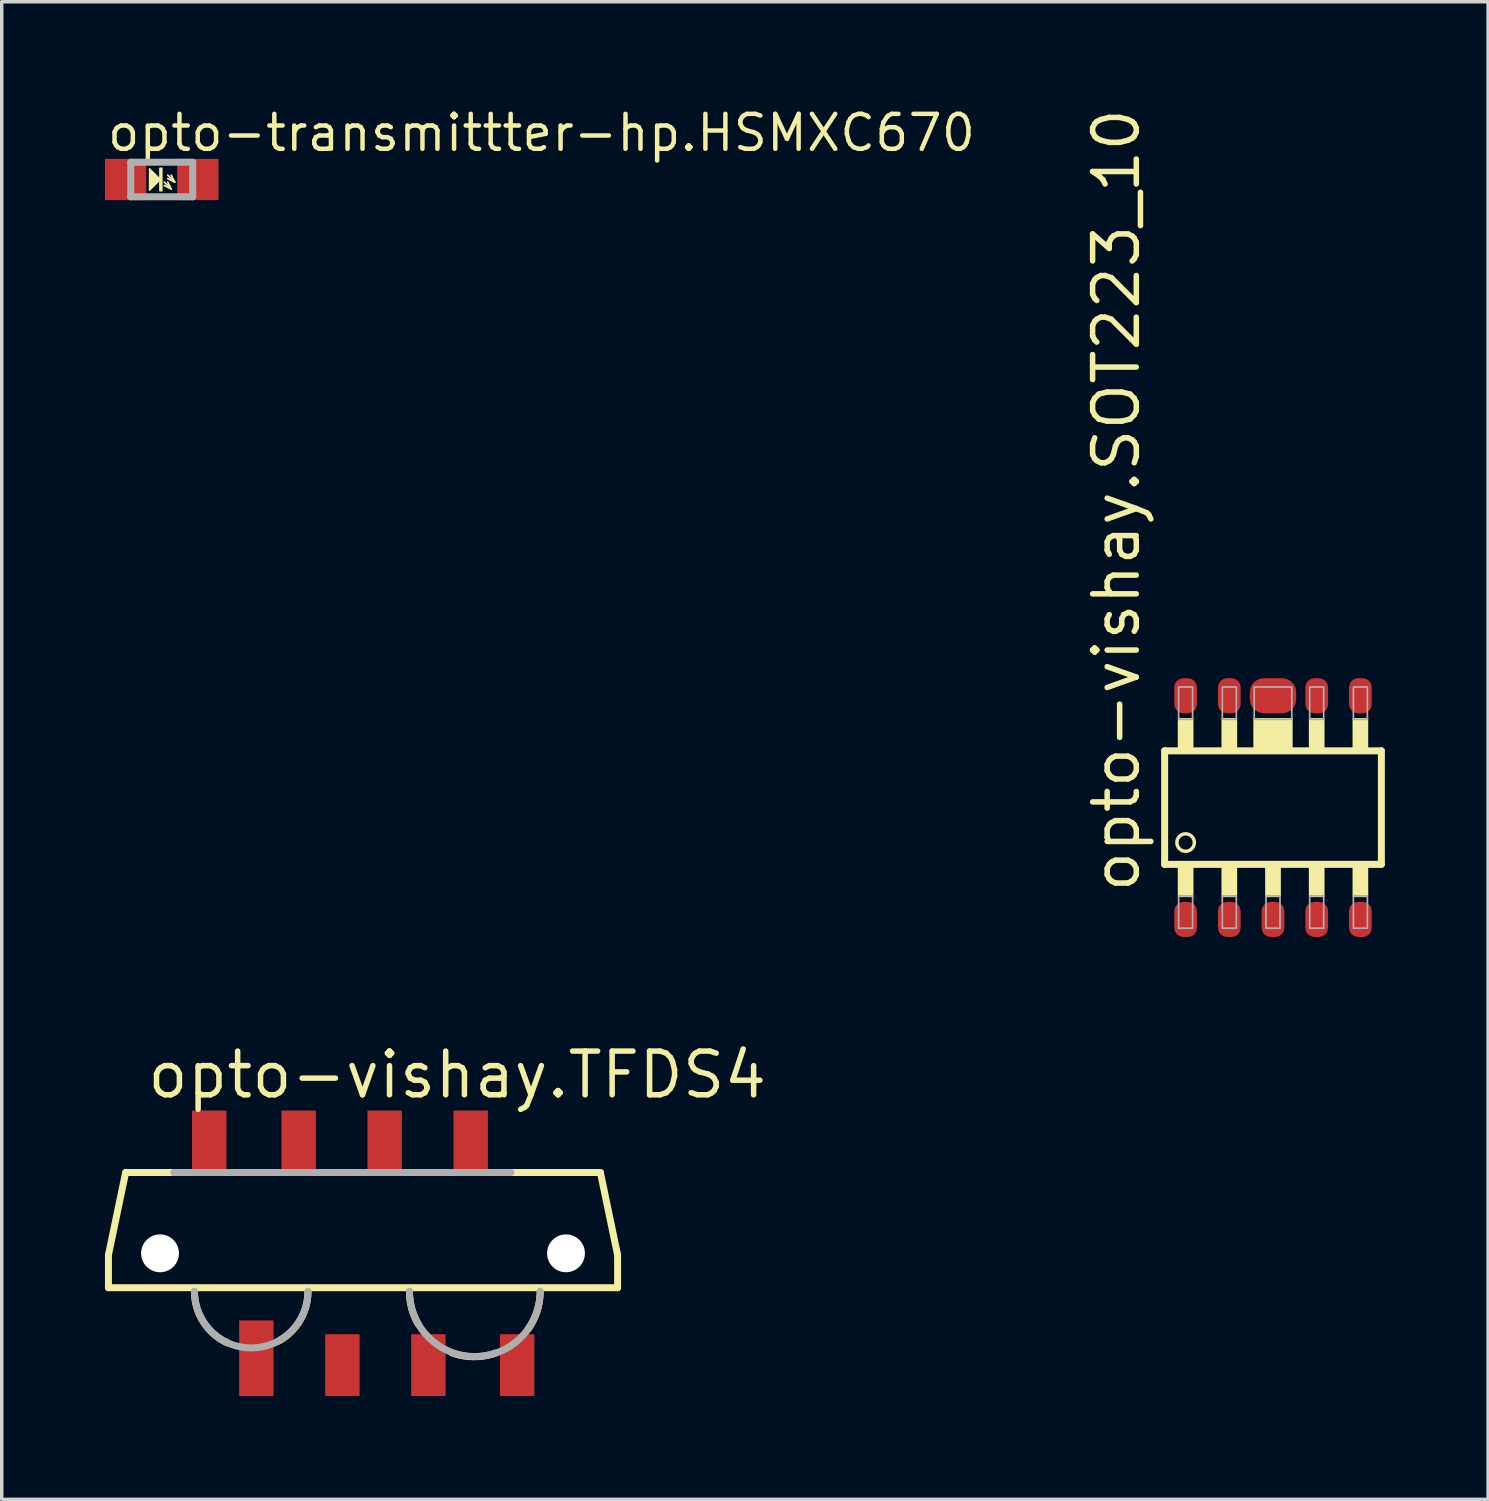
<source format=kicad_pcb>
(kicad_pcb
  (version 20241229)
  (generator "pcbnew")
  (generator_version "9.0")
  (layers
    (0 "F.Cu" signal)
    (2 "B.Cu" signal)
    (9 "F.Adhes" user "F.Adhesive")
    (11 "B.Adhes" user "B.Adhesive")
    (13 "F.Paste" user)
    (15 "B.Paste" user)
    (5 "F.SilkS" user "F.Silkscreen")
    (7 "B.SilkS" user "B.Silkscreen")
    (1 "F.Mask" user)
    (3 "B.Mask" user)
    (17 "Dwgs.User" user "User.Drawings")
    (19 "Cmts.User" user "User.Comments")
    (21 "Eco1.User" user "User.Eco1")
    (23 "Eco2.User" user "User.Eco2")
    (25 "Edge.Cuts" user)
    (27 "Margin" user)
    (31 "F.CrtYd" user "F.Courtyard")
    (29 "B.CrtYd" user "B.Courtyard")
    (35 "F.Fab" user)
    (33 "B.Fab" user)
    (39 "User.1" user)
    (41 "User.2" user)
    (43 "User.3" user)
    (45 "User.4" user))
  (footprint "opto-vishay.TFDS4"
    (layer "F.Cu")
    (at 7.502 33.381)
    (property "Reference" "opto-vishay.TFDS4" (at -6.35 -4.445 0) (layer "F.SilkS") (effects (font (size 1.27 1.27) (thickness 0.16)) (justify left bottom)))
    (attr smd)
    (fp_line (start -7.4 0.05) (end -6.9 -2.35) (stroke (width 0.203) (type default)) (layer "F.SilkS"))
    (fp_line (start -7.4 1) (end -7.4 0.05) (stroke (width 0.203) (type default)) (layer "F.SilkS"))
    (fp_line (start -6.9 -2.35) (end -5.5 -2.35) (stroke (width 0.203) (type default)) (layer "F.SilkS"))
    (fp_line (start 4.3 -2.35) (end 6.9 -2.35) (stroke (width 0.203) (type default)) (layer "F.SilkS"))
    (fp_line (start 6.9 -2.35) (end 7.4 0.05) (stroke (width 0.203) (type default)) (layer "F.SilkS"))
    (fp_line (start 7.4 0.05) (end 7.4 1) (stroke (width 0.203) (type default)) (layer "F.SilkS"))
    (fp_line (start 7.4 1) (end -7.4 1) (stroke (width 0.203) (type default)) (layer "F.SilkS"))
    (fp_arc (start -3.95 2.6) (mid -4.64396 1.988675) (end -4.9 1.1) (stroke (width 0.2032) (type default)) (layer "F.SilkS"))
    (fp_arc (start -1.6 1.1) (mid -1.826536 1.941341) (end -2.45 2.55) (stroke (width 0.2032) (type default)) (layer "F.SilkS"))
    (fp_arc (start 1.6 2.05) (mid 1.412543 1.591436) (end 1.35 1.1) (stroke (width 0.2032) (type default)) (layer "F.SilkS"))
    (fp_arc (start 3.85 2.9) (mid 3.225 3.006821) (end 2.6 2.9) (stroke (width 0.2032) (type default)) (layer "F.SilkS"))
    (fp_arc (start 5.15 1.1) (mid 5.060559 1.677223) (end 4.8 2.2) (stroke (width 0.2032) (type default)) (layer "F.SilkS"))
    (fp_line (start -5.5 -2.35) (end 4.3 -2.35) (stroke (width 0.203) (type default)) (layer "F.Fab"))
    (fp_arc (start -1.6 1.1) (mid -3.25 2.75) (end -4.9 1.1) (stroke (width 0.2032) (type default)) (layer "F.Fab"))
    (fp_arc (start 5.15 1.1) (mid 3.25 3) (end 1.35 1.1) (stroke (width 0.2032) (type default)) (layer "F.Fab"))
    (pad "" np_thru_hole circle (at -5.9 0) (size 1.1 1.1) (drill 1.1) (layers "*.Cu" "*.Mask"))
    (pad "" np_thru_hole circle (at 5.9 0) (size 1.1 1.1) (drill 1.1) (layers "*.Cu" "*.Mask"))
    (pad "1" smd roundrect (at -3.1 3.05) (size 1 2.2) (layers "F.Cu" "F.Mask" "F.Paste") (roundrect_rratio 0.01))
    (pad "2" smd roundrect (at -0.6 3.25) (size 1 1.8) (layers "F.Cu" "F.Mask" "F.Paste") (roundrect_rratio 0.01))
    (pad "3" smd roundrect (at 1.9 3.25) (size 1 1.8) (layers "F.Cu" "F.Mask" "F.Paste") (roundrect_rratio 0.01))
    (pad "4" smd roundrect (at 4.48 3.25) (size 1 1.8) (layers "F.Cu" "F.Mask" "F.Paste") (roundrect_rratio 0.01))
    (pad "5" smd roundrect (at 3.13 -3.25) (size 1 1.8) (layers "F.Cu" "F.Mask" "F.Paste") (roundrect_rratio 0.01))
    (pad "6" smd roundrect (at 0.63 -3.25) (size 1 1.8) (layers "F.Cu" "F.Mask" "F.Paste") (roundrect_rratio 0.01))
    (pad "7" smd roundrect (at -1.87 -3.25) (size 1 1.8) (layers "F.Cu" "F.Mask" "F.Paste") (roundrect_rratio 0.01))
    (pad "8" smd roundrect (at -4.47 -3.25) (size 1 1.8) (layers "F.Cu" "F.Mask" "F.Paste") (roundrect_rratio 0.01)))
  (footprint "opto-transmittter-hp.HSMXC670"
    (layer "F.Cu")
    (at 1.651 2.168)
    (property "Reference" "opto-transmittter-hp.HSMXC670" (at -1.651 -0.762 0) (layer "F.SilkS") (effects (font (size 1.016 1.016) (thickness 0.13)) (justify left bottom)))
    (attr smd)
    (fp_line (start -0.35 -0.3) (end -0.35 0.3) (stroke (width 0.051) (type default)) (layer "F.SilkS"))
    (fp_line (start -0.35 0.3) (end -0.05 0) (stroke (width 0.051) (type default)) (layer "F.SilkS"))
    (fp_line (start -0.3 -0.2) (end -0.3 0.2) (stroke (width 0.102) (type default)) (layer "F.SilkS"))
    (fp_line (start -0.3 0.2) (end -0.1 0) (stroke (width 0.102) (type default)) (layer "F.SilkS"))
    (fp_line (start -0.25 -0.15) (end -0.25 0.05) (stroke (width 0.102) (type default)) (layer "F.SilkS"))
    (fp_line (start -0.25 0.05) (end -0.2 0) (stroke (width 0.102) (type default)) (layer "F.SilkS"))
    (fp_line (start -0.1 0) (end -0.25 -0.15) (stroke (width 0.102) (type default)) (layer "F.SilkS"))
    (fp_line (start -0.05 0) (end -0.35 -0.3) (stroke (width 0.051) (type default)) (layer "F.SilkS"))
    (fp_line (start 0.075 0.075) (end 0.275 0.275) (stroke (width 0.051) (type default)) (layer "F.SilkS"))
    (fp_line (start 0.175 -0.125) (end 0.375 0.075) (stroke (width 0.051) (type default)) (layer "F.SilkS"))
    (fp_line (start 0.275 0.275) (end 0.075 0.175) (stroke (width 0.051) (type default)) (layer "F.SilkS"))
    (fp_line (start 0.275 0.275) (end 0.175 0.075) (stroke (width 0.051) (type default)) (layer "F.SilkS"))
    (fp_line (start 0.375 0.075) (end 0.175 -0.025) (stroke (width 0.051) (type default)) (layer "F.SilkS"))
    (fp_line (start 0.375 0.075) (end 0.275 -0.125) (stroke (width 0.051) (type default)) (layer "F.SilkS"))
    (fp_rect (start -0.05 0.325) (end 0 -0.325) (stroke (width 0.05) (type default)) (fill yes) (layer "F.SilkS"))
    (fp_line (start -0.9 -0.502) (end -0.9 0.502) (stroke (width 0.203) (type default)) (layer "F.Fab"))
    (fp_line (start -0.9 0.502) (end 0.9 0.502) (stroke (width 0.203) (type default)) (layer "F.Fab"))
    (fp_line (start 0.9 -0.502) (end -0.9 -0.502) (stroke (width 0.203) (type default)) (layer "F.Fab"))
    (fp_line (start 0.9 0.502) (end 0.9 -0.502) (stroke (width 0.203) (type default)) (layer "F.Fab"))
    (pad "A" smd roundrect (at -1.05 0) (size 1.2 1.2) (layers "F.Cu" "F.Mask" "F.Paste") (roundrect_rratio 0.01))
    (pad "K" smd roundrect (at 1.05 0) (size 1.2 1.2) (layers "F.Cu" "F.Mask" "F.Paste") (roundrect_rratio 0.01)))
  (footprint "opto-vishay.SOT223_10"
    (layer "F.Cu")
    (at 33.953 20.425)
    (property "Reference" "opto-vishay.SOT223_10" (at -3.81 2.54 90) (layer "F.SilkS") (effects (font (size 1.27 1.27) (thickness 0.16)) (justify left bottom)))
    (attr smd)
    (fp_line (start -3.15 -1.65) (end 3.15 -1.65) (stroke (width 0.203) (type default)) (layer "F.SilkS"))
    (fp_line (start -3.15 1.65) (end -3.15 -1.65) (stroke (width 0.203) (type default)) (layer "F.SilkS"))
    (fp_line (start 3.15 -1.65) (end 3.15 1.65) (stroke (width 0.203) (type default)) (layer "F.SilkS"))
    (fp_line (start 3.15 1.65) (end -3.15 1.65) (stroke (width 0.203) (type default)) (layer "F.SilkS"))
    (fp_rect (start -2.743 -1.74) (end -2.337 -2.578) (stroke (width 0.05) (type default)) (fill yes) (layer "F.SilkS"))
    (fp_rect (start -2.743 2.578) (end -2.337 1.74) (stroke (width 0.05) (type default)) (fill yes) (layer "F.SilkS"))
    (fp_rect (start -1.473 -1.74) (end -1.067 -2.578) (stroke (width 0.05) (type default)) (fill yes) (layer "F.SilkS"))
    (fp_rect (start -1.473 2.578) (end -1.067 1.74) (stroke (width 0.05) (type default)) (fill yes) (layer "F.SilkS"))
    (fp_rect (start -0.546 -1.74) (end 0.546 -2.578) (stroke (width 0.05) (type default)) (fill yes) (layer "F.SilkS"))
    (fp_rect (start -0.203 2.578) (end 0.203 1.74) (stroke (width 0.05) (type default)) (fill yes) (layer "F.SilkS"))
    (fp_rect (start 1.067 -1.74) (end 1.473 -2.578) (stroke (width 0.05) (type default)) (fill yes) (layer "F.SilkS"))
    (fp_rect (start 1.067 2.578) (end 1.473 1.74) (stroke (width 0.05) (type default)) (fill yes) (layer "F.SilkS"))
    (fp_rect (start 2.337 -1.74) (end 2.743 -2.578) (stroke (width 0.05) (type default)) (fill yes) (layer "F.SilkS"))
    (fp_rect (start 2.337 2.578) (end 2.743 1.74) (stroke (width 0.05) (type default)) (fill yes) (layer "F.SilkS"))
    (fp_circle (center -2.54 1.016) (end -2.286 1.016) (stroke (width 0.1) (type default)) (fill no) (layer "F.SilkS"))
    (fp_rect (start -2.743 -2.565) (end -2.337 -3.505) (stroke (width 0.05) (type default)) (fill no) (layer "F.Fab"))
    (fp_rect (start -2.743 3.505) (end -2.337 2.565) (stroke (width 0.05) (type default)) (fill no) (layer "F.Fab"))
    (fp_rect (start -1.473 -2.565) (end -1.067 -3.505) (stroke (width 0.05) (type default)) (fill no) (layer "F.Fab"))
    (fp_rect (start -1.473 3.505) (end -1.067 2.565) (stroke (width 0.05) (type default)) (fill no) (layer "F.Fab"))
    (fp_rect (start -0.546 -2.565) (end 0.546 -3.505) (stroke (width 0.05) (type default)) (fill no) (layer "F.Fab"))
    (fp_rect (start -0.203 3.505) (end 0.203 2.565) (stroke (width 0.05) (type default)) (fill no) (layer "F.Fab"))
    (fp_rect (start 1.067 -2.565) (end 1.473 -3.505) (stroke (width 0.05) (type default)) (fill no) (layer "F.Fab"))
    (fp_rect (start 1.067 3.505) (end 1.473 2.565) (stroke (width 0.05) (type default)) (fill no) (layer "F.Fab"))
    (fp_rect (start 2.337 -2.565) (end 2.743 -3.505) (stroke (width 0.05) (type default)) (fill no) (layer "F.Fab"))
    (fp_rect (start 2.337 3.505) (end 2.743 2.565) (stroke (width 0.05) (type default)) (fill no) (layer "F.Fab"))
    (pad "1" smd roundrect (at -2.54 3.251 90) (size 1.02 0.66) (layers "F.Cu" "F.Mask" "F.Paste") (roundrect_rratio 0.4))
    (pad "2" smd roundrect (at -1.27 3.251 90) (size 1.02 0.66) (layers "F.Cu" "F.Mask" "F.Paste") (roundrect_rratio 0.4))
    (pad "3" smd roundrect (at 0 3.251 90) (size 1.02 0.66) (layers "F.Cu" "F.Mask" "F.Paste") (roundrect_rratio 0.4))
    (pad "4" smd roundrect (at 1.27 3.251 90) (size 1.02 0.66) (layers "F.Cu" "F.Mask" "F.Paste") (roundrect_rratio 0.4))
    (pad "5" smd roundrect (at 2.54 3.251 90) (size 1.02 0.66) (layers "F.Cu" "F.Mask" "F.Paste") (roundrect_rratio 0.4))
    (pad "6" smd roundrect (at 2.54 -3.251 270) (size 1.02 0.66) (layers "F.Cu" "F.Mask" "F.Paste") (roundrect_rratio 0.4))
    (pad "7" smd roundrect (at 1.27 -3.251 270) (size 1.02 0.66) (layers "F.Cu" "F.Mask" "F.Paste") (roundrect_rratio 0.4))
    (pad "8" smd roundrect (at 0 -3.251 270) (size 1.02 1.35) (layers "F.Cu" "F.Mask" "F.Paste") (roundrect_rratio 0.4))
    (pad "9" smd roundrect (at -1.27 -3.251 270) (size 1.02 0.66) (layers "F.Cu" "F.Mask" "F.Paste") (roundrect_rratio 0.4))
    (pad "10" smd roundrect (at -2.54 -3.251 270) (size 1.02 0.66) (layers "F.Cu" "F.Mask" "F.Paste") (roundrect_rratio 0.4)))
  (gr_rect
    (start -3 -3)
    (end 40.205 40.531)
    (stroke (width 0.1) (type default))
    (fill no)
    (layer "Edge.Cuts")))
</source>
